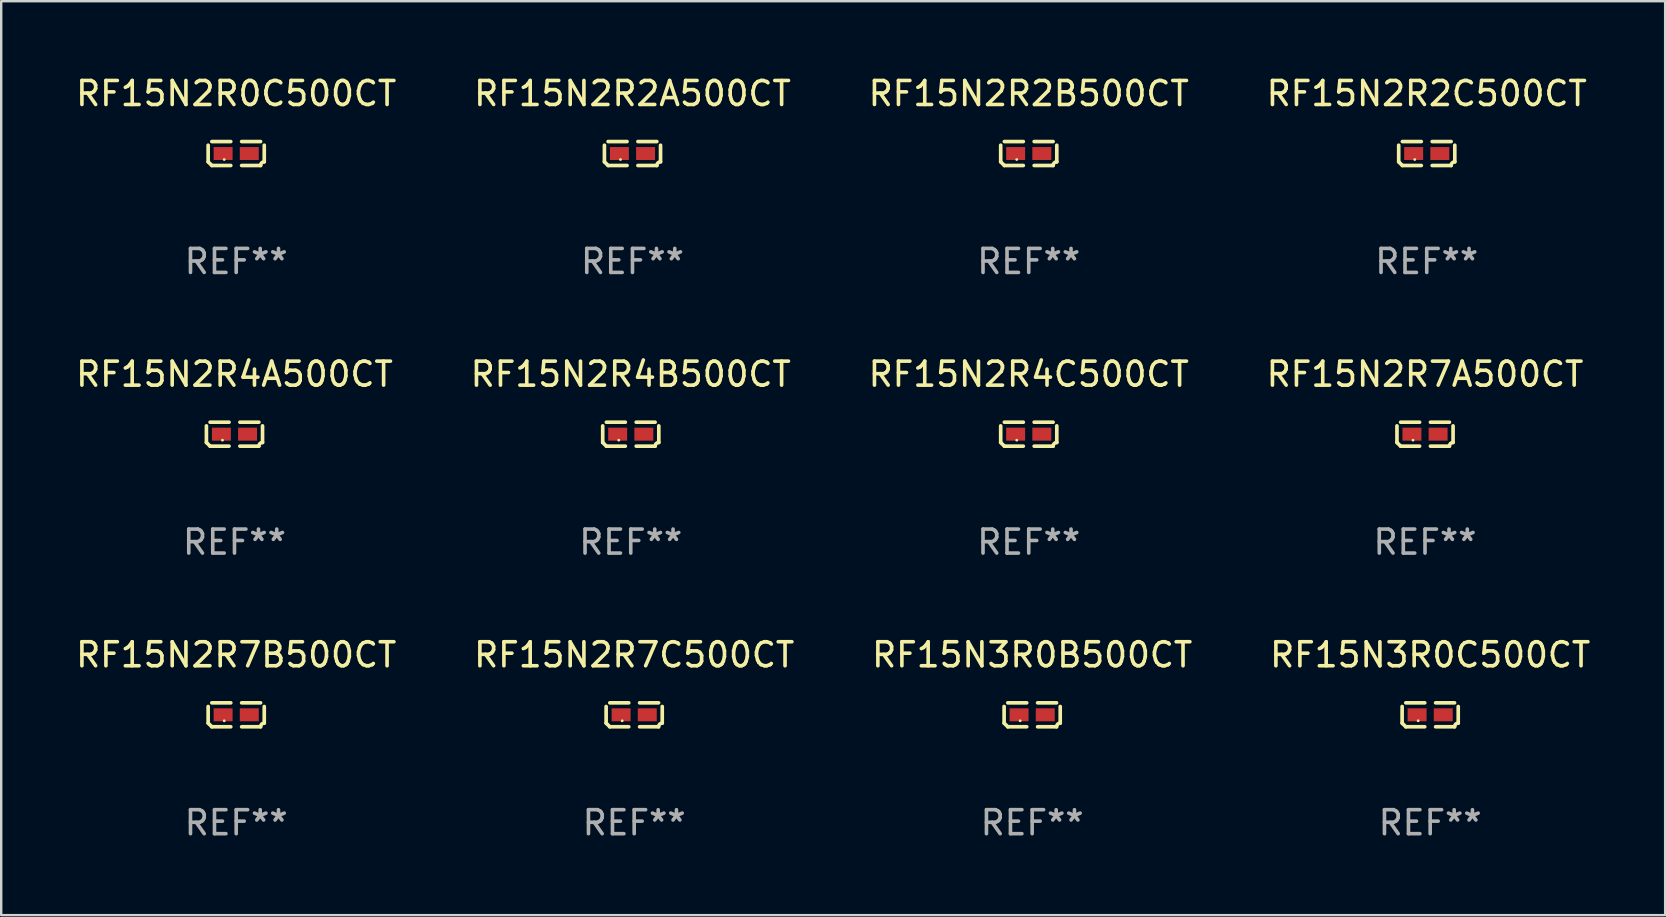
<source format=kicad_pcb>
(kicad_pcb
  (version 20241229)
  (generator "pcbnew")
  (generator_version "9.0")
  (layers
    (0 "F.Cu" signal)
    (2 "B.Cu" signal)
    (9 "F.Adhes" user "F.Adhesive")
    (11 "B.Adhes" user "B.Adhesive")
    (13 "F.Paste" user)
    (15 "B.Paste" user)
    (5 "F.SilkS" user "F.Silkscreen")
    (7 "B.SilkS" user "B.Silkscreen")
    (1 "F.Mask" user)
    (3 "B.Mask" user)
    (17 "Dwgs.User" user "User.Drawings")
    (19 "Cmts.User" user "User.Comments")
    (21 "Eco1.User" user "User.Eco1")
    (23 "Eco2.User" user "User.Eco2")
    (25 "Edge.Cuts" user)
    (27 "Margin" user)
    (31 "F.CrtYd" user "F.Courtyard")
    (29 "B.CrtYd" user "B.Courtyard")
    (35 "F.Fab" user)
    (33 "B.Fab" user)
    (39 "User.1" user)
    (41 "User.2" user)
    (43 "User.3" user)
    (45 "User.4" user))
  (footprint "RF15N2R0C500CT"
    (layer "F.Cu")
    (at 6.792 3.347)
    (property "Reference" "RF15N2R0C500CT" (at 0 -2.499 0) (layer "F.SilkS") (effects (font (size 1 1) (thickness 0.15))))
    (attr through_hole)
    (fp_line (start -1.169 0.346) (end -1.169 -0.346) (stroke (width 0.152) (type solid)) (layer "F.SilkS"))
    (fp_line (start -1.016 -0.499) (end -0.226 -0.499) (stroke (width 0.152) (type solid)) (layer "F.SilkS"))
    (fp_line (start -0.226 0.499) (end -1.016 0.499) (stroke (width 0.152) (type solid)) (layer "F.SilkS"))
    (fp_line (start 0.226 0.499) (end 1.016 0.499) (stroke (width 0.152) (type solid)) (layer "F.SilkS"))
    (fp_line (start 1.016 -0.499) (end 0.226 -0.499) (stroke (width 0.152) (type solid)) (layer "F.SilkS"))
    (fp_line (start 1.169 0.346) (end 1.169 -0.346) (stroke (width 0.152) (type solid)) (layer "F.SilkS"))
    (fp_arc (start -1.016307 0.498603) (mid -1.092512 0.422405) (end -1.16871 0.3462) (stroke (width 0.1524) (type solid)) (layer "F.SilkS"))
    (fp_arc (start 1.016307 0.498603) (mid 1.060899 0.390758) (end 1.168707 0.346076) (stroke (width 0.1524) (type solid)) (layer "F.SilkS"))
    (fp_circle (center -0.5 0.25) (end -0.47 0.25) (stroke (width 0.06) (type solid)) (fill no) (layer "F.SilkS"))
    (fp_text user "REF**" (at 0 4.499 0) (layer "F.Fab") (effects (font (size 1 1) (thickness 0.15))))
    (pad "1" smd rect (at -0.545 0) (size 0.79 0.54) (layers "F.Cu" "F.Mask" "F.Paste"))
    (pad "2" smd rect (at 0.545 0) (size 0.79 0.54) (layers "F.Cu" "F.Mask" "F.Paste")))
  (footprint "RF15N2R7A500CT"
    (layer "F.Cu")
    (at 56.327 15.041)
    (property "Reference" "RF15N2R7A500CT" (at 0 -2.499 0) (layer "F.SilkS") (effects (font (size 1 1) (thickness 0.15))))
    (attr through_hole)
    (fp_line (start -1.169 0.346) (end -1.169 -0.346) (stroke (width 0.152) (type solid)) (layer "F.SilkS"))
    (fp_line (start -1.016 -0.499) (end -0.226 -0.499) (stroke (width 0.152) (type solid)) (layer "F.SilkS"))
    (fp_line (start -0.226 0.499) (end -1.016 0.499) (stroke (width 0.152) (type solid)) (layer "F.SilkS"))
    (fp_line (start 0.226 0.499) (end 1.016 0.499) (stroke (width 0.152) (type solid)) (layer "F.SilkS"))
    (fp_line (start 1.016 -0.499) (end 0.226 -0.499) (stroke (width 0.152) (type solid)) (layer "F.SilkS"))
    (fp_line (start 1.169 0.346) (end 1.169 -0.346) (stroke (width 0.152) (type solid)) (layer "F.SilkS"))
    (fp_arc (start -1.016307 0.498603) (mid -1.092512 0.422405) (end -1.16871 0.3462) (stroke (width 0.1524) (type solid)) (layer "F.SilkS"))
    (fp_arc (start 1.016307 0.498603) (mid 1.060899 0.390758) (end 1.168707 0.346076) (stroke (width 0.1524) (type solid)) (layer "F.SilkS"))
    (fp_circle (center -0.5 0.25) (end -0.47 0.25) (stroke (width 0.06) (type solid)) (fill no) (layer "F.SilkS"))
    (fp_text user "REF**" (at 0 4.499 0) (layer "F.Fab") (effects (font (size 1 1) (thickness 0.15))))
    (pad "1" smd rect (at -0.545 0) (size 0.79 0.54) (layers "F.Cu" "F.Mask" "F.Paste"))
    (pad "2" smd rect (at 0.545 0) (size 0.79 0.54) (layers "F.Cu" "F.Mask" "F.Paste")))
  (footprint "RF15N2R7B500CT"
    (layer "F.Cu")
    (at 6.792 26.734)
    (property "Reference" "RF15N2R7B500CT" (at 0 -2.499 0) (layer "F.SilkS") (effects (font (size 1 1) (thickness 0.15))))
    (attr through_hole)
    (fp_line (start -1.169 0.346) (end -1.169 -0.346) (stroke (width 0.152) (type solid)) (layer "F.SilkS"))
    (fp_line (start -1.016 -0.499) (end -0.226 -0.499) (stroke (width 0.152) (type solid)) (layer "F.SilkS"))
    (fp_line (start -0.226 0.499) (end -1.016 0.499) (stroke (width 0.152) (type solid)) (layer "F.SilkS"))
    (fp_line (start 0.226 0.499) (end 1.016 0.499) (stroke (width 0.152) (type solid)) (layer "F.SilkS"))
    (fp_line (start 1.016 -0.499) (end 0.226 -0.499) (stroke (width 0.152) (type solid)) (layer "F.SilkS"))
    (fp_line (start 1.169 0.346) (end 1.169 -0.346) (stroke (width 0.152) (type solid)) (layer "F.SilkS"))
    (fp_arc (start -1.016307 0.498603) (mid -1.092512 0.422405) (end -1.16871 0.3462) (stroke (width 0.1524) (type solid)) (layer "F.SilkS"))
    (fp_arc (start 1.016307 0.498603) (mid 1.060899 0.390758) (end 1.168707 0.346076) (stroke (width 0.1524) (type solid)) (layer "F.SilkS"))
    (fp_circle (center -0.5 0.25) (end -0.47 0.25) (stroke (width 0.06) (type solid)) (fill no) (layer "F.SilkS"))
    (fp_text user "REF**" (at 0 4.499 0) (layer "F.Fab") (effects (font (size 1 1) (thickness 0.15))))
    (pad "1" smd rect (at -0.545 0) (size 0.79 0.54) (layers "F.Cu" "F.Mask" "F.Paste"))
    (pad "2" smd rect (at 0.545 0) (size 0.79 0.54) (layers "F.Cu" "F.Mask" "F.Paste")))
  (footprint "RF15N2R2A500CT"
    (layer "F.Cu")
    (at 23.304 3.347)
    (property "Reference" "RF15N2R2A500CT" (at 0 -2.499 0) (layer "F.SilkS") (effects (font (size 1 1) (thickness 0.15))))
    (attr through_hole)
    (fp_line (start -1.169 0.346) (end -1.169 -0.346) (stroke (width 0.152) (type solid)) (layer "F.SilkS"))
    (fp_line (start -1.016 -0.499) (end -0.226 -0.499) (stroke (width 0.152) (type solid)) (layer "F.SilkS"))
    (fp_line (start -0.226 0.499) (end -1.016 0.499) (stroke (width 0.152) (type solid)) (layer "F.SilkS"))
    (fp_line (start 0.226 0.499) (end 1.016 0.499) (stroke (width 0.152) (type solid)) (layer "F.SilkS"))
    (fp_line (start 1.016 -0.499) (end 0.226 -0.499) (stroke (width 0.152) (type solid)) (layer "F.SilkS"))
    (fp_line (start 1.169 0.346) (end 1.169 -0.346) (stroke (width 0.152) (type solid)) (layer "F.SilkS"))
    (fp_arc (start -1.016307 0.498603) (mid -1.092512 0.422405) (end -1.16871 0.3462) (stroke (width 0.1524) (type solid)) (layer "F.SilkS"))
    (fp_arc (start 1.016307 0.498603) (mid 1.060899 0.390758) (end 1.168707 0.346076) (stroke (width 0.1524) (type solid)) (layer "F.SilkS"))
    (fp_circle (center -0.5 0.25) (end -0.47 0.25) (stroke (width 0.06) (type solid)) (fill no) (layer "F.SilkS"))
    (fp_text user "REF**" (at 0 4.499 0) (layer "F.Fab") (effects (font (size 1 1) (thickness 0.15))))
    (pad "1" smd rect (at -0.545 0) (size 0.79 0.54) (layers "F.Cu" "F.Mask" "F.Paste"))
    (pad "2" smd rect (at 0.545 0) (size 0.79 0.54) (layers "F.Cu" "F.Mask" "F.Paste")))
  (footprint "RF15N2R7C500CT"
    (layer "F.Cu")
    (at 23.375 26.734)
    (property "Reference" "RF15N2R7C500CT" (at 0 -2.499 0) (layer "F.SilkS") (effects (font (size 1 1) (thickness 0.15))))
    (attr through_hole)
    (fp_line (start -1.169 0.346) (end -1.169 -0.346) (stroke (width 0.152) (type solid)) (layer "F.SilkS"))
    (fp_line (start -1.016 -0.499) (end -0.226 -0.499) (stroke (width 0.152) (type solid)) (layer "F.SilkS"))
    (fp_line (start -0.226 0.499) (end -1.016 0.499) (stroke (width 0.152) (type solid)) (layer "F.SilkS"))
    (fp_line (start 0.226 0.499) (end 1.016 0.499) (stroke (width 0.152) (type solid)) (layer "F.SilkS"))
    (fp_line (start 1.016 -0.499) (end 0.226 -0.499) (stroke (width 0.152) (type solid)) (layer "F.SilkS"))
    (fp_line (start 1.169 0.346) (end 1.169 -0.346) (stroke (width 0.152) (type solid)) (layer "F.SilkS"))
    (fp_arc (start -1.016307 0.498603) (mid -1.092512 0.422405) (end -1.16871 0.3462) (stroke (width 0.1524) (type solid)) (layer "F.SilkS"))
    (fp_arc (start 1.016307 0.498603) (mid 1.060899 0.390758) (end 1.168707 0.346076) (stroke (width 0.1524) (type solid)) (layer "F.SilkS"))
    (fp_circle (center -0.5 0.25) (end -0.47 0.25) (stroke (width 0.06) (type solid)) (fill no) (layer "F.SilkS"))
    (fp_text user "REF**" (at 0 4.499 0) (layer "F.Fab") (effects (font (size 1 1) (thickness 0.15))))
    (pad "1" smd rect (at -0.545 0) (size 0.79 0.54) (layers "F.Cu" "F.Mask" "F.Paste"))
    (pad "2" smd rect (at 0.545 0) (size 0.79 0.54) (layers "F.Cu" "F.Mask" "F.Paste")))
  (footprint "RF15N2R4A500CT"
    (layer "F.Cu")
    (at 6.72 15.041)
    (property "Reference" "RF15N2R4A500CT" (at 0 -2.499 0) (layer "F.SilkS") (effects (font (size 1 1) (thickness 0.15))))
    (attr through_hole)
    (fp_line (start -1.169 0.346) (end -1.169 -0.346) (stroke (width 0.152) (type solid)) (layer "F.SilkS"))
    (fp_line (start -1.016 -0.499) (end -0.226 -0.499) (stroke (width 0.152) (type solid)) (layer "F.SilkS"))
    (fp_line (start -0.226 0.499) (end -1.016 0.499) (stroke (width 0.152) (type solid)) (layer "F.SilkS"))
    (fp_line (start 0.226 0.499) (end 1.016 0.499) (stroke (width 0.152) (type solid)) (layer "F.SilkS"))
    (fp_line (start 1.016 -0.499) (end 0.226 -0.499) (stroke (width 0.152) (type solid)) (layer "F.SilkS"))
    (fp_line (start 1.169 0.346) (end 1.169 -0.346) (stroke (width 0.152) (type solid)) (layer "F.SilkS"))
    (fp_arc (start -1.016307 0.498603) (mid -1.092512 0.422405) (end -1.16871 0.3462) (stroke (width 0.1524) (type solid)) (layer "F.SilkS"))
    (fp_arc (start 1.016307 0.498603) (mid 1.060899 0.390758) (end 1.168707 0.346076) (stroke (width 0.1524) (type solid)) (layer "F.SilkS"))
    (fp_circle (center -0.5 0.25) (end -0.47 0.25) (stroke (width 0.06) (type solid)) (fill no) (layer "F.SilkS"))
    (fp_text user "REF**" (at 0 4.499 0) (layer "F.Fab") (effects (font (size 1 1) (thickness 0.15))))
    (pad "1" smd rect (at -0.545 0) (size 0.79 0.54) (layers "F.Cu" "F.Mask" "F.Paste"))
    (pad "2" smd rect (at 0.545 0) (size 0.79 0.54) (layers "F.Cu" "F.Mask" "F.Paste")))
  (footprint "RF15N2R2B500CT"
    (layer "F.Cu")
    (at 39.815 3.347)
    (property "Reference" "RF15N2R2B500CT" (at 0 -2.499 0) (layer "F.SilkS") (effects (font (size 1 1) (thickness 0.15))))
    (attr through_hole)
    (fp_line (start -1.169 0.346) (end -1.169 -0.346) (stroke (width 0.152) (type solid)) (layer "F.SilkS"))
    (fp_line (start -1.016 -0.499) (end -0.226 -0.499) (stroke (width 0.152) (type solid)) (layer "F.SilkS"))
    (fp_line (start -0.226 0.499) (end -1.016 0.499) (stroke (width 0.152) (type solid)) (layer "F.SilkS"))
    (fp_line (start 0.226 0.499) (end 1.016 0.499) (stroke (width 0.152) (type solid)) (layer "F.SilkS"))
    (fp_line (start 1.016 -0.499) (end 0.226 -0.499) (stroke (width 0.152) (type solid)) (layer "F.SilkS"))
    (fp_line (start 1.169 0.346) (end 1.169 -0.346) (stroke (width 0.152) (type solid)) (layer "F.SilkS"))
    (fp_arc (start -1.016307 0.498603) (mid -1.092512 0.422405) (end -1.16871 0.3462) (stroke (width 0.1524) (type solid)) (layer "F.SilkS"))
    (fp_arc (start 1.016307 0.498603) (mid 1.060899 0.390758) (end 1.168707 0.346076) (stroke (width 0.1524) (type solid)) (layer "F.SilkS"))
    (fp_circle (center -0.5 0.25) (end -0.47 0.25) (stroke (width 0.06) (type solid)) (fill no) (layer "F.SilkS"))
    (fp_text user "REF**" (at 0 4.499 0) (layer "F.Fab") (effects (font (size 1 1) (thickness 0.15))))
    (pad "1" smd rect (at -0.545 0) (size 0.79 0.54) (layers "F.Cu" "F.Mask" "F.Paste"))
    (pad "2" smd rect (at 0.545 0) (size 0.79 0.54) (layers "F.Cu" "F.Mask" "F.Paste")))
  (footprint "RF15N2R4B500CT"
    (layer "F.Cu")
    (at 23.232 15.041)
    (property "Reference" "RF15N2R4B500CT" (at 0 -2.499 0) (layer "F.SilkS") (effects (font (size 1 1) (thickness 0.15))))
    (attr through_hole)
    (fp_line (start -1.169 0.346) (end -1.169 -0.346) (stroke (width 0.152) (type solid)) (layer "F.SilkS"))
    (fp_line (start -1.016 -0.499) (end -0.226 -0.499) (stroke (width 0.152) (type solid)) (layer "F.SilkS"))
    (fp_line (start -0.226 0.499) (end -1.016 0.499) (stroke (width 0.152) (type solid)) (layer "F.SilkS"))
    (fp_line (start 0.226 0.499) (end 1.016 0.499) (stroke (width 0.152) (type solid)) (layer "F.SilkS"))
    (fp_line (start 1.016 -0.499) (end 0.226 -0.499) (stroke (width 0.152) (type solid)) (layer "F.SilkS"))
    (fp_line (start 1.169 0.346) (end 1.169 -0.346) (stroke (width 0.152) (type solid)) (layer "F.SilkS"))
    (fp_arc (start -1.016307 0.498603) (mid -1.092512 0.422405) (end -1.16871 0.3462) (stroke (width 0.1524) (type solid)) (layer "F.SilkS"))
    (fp_arc (start 1.016307 0.498603) (mid 1.060899 0.390758) (end 1.168707 0.346076) (stroke (width 0.1524) (type solid)) (layer "F.SilkS"))
    (fp_circle (center -0.5 0.25) (end -0.47 0.25) (stroke (width 0.06) (type solid)) (fill no) (layer "F.SilkS"))
    (fp_text user "REF**" (at 0 4.499 0) (layer "F.Fab") (effects (font (size 1 1) (thickness 0.15))))
    (pad "1" smd rect (at -0.545 0) (size 0.79 0.54) (layers "F.Cu" "F.Mask" "F.Paste"))
    (pad "2" smd rect (at 0.545 0) (size 0.79 0.54) (layers "F.Cu" "F.Mask" "F.Paste")))
  (footprint "RF15N3R0B500CT"
    (layer "F.Cu")
    (at 39.958 26.734)
    (property "Reference" "RF15N3R0B500CT" (at 0 -2.499 0) (layer "F.SilkS") (effects (font (size 1 1) (thickness 0.15))))
    (attr through_hole)
    (fp_line (start -1.169 0.346) (end -1.169 -0.346) (stroke (width 0.152) (type solid)) (layer "F.SilkS"))
    (fp_line (start -1.016 -0.499) (end -0.226 -0.499) (stroke (width 0.152) (type solid)) (layer "F.SilkS"))
    (fp_line (start -0.226 0.499) (end -1.016 0.499) (stroke (width 0.152) (type solid)) (layer "F.SilkS"))
    (fp_line (start 0.226 0.499) (end 1.016 0.499) (stroke (width 0.152) (type solid)) (layer "F.SilkS"))
    (fp_line (start 1.016 -0.499) (end 0.226 -0.499) (stroke (width 0.152) (type solid)) (layer "F.SilkS"))
    (fp_line (start 1.169 0.346) (end 1.169 -0.346) (stroke (width 0.152) (type solid)) (layer "F.SilkS"))
    (fp_arc (start -1.016307 0.498603) (mid -1.092512 0.422405) (end -1.16871 0.3462) (stroke (width 0.1524) (type solid)) (layer "F.SilkS"))
    (fp_arc (start 1.016307 0.498603) (mid 1.060899 0.390758) (end 1.168707 0.346076) (stroke (width 0.1524) (type solid)) (layer "F.SilkS"))
    (fp_circle (center -0.5 0.25) (end -0.47 0.25) (stroke (width 0.06) (type solid)) (fill no) (layer "F.SilkS"))
    (fp_text user "REF**" (at 0 4.499 0) (layer "F.Fab") (effects (font (size 1 1) (thickness 0.15))))
    (pad "1" smd rect (at -0.545 0) (size 0.79 0.54) (layers "F.Cu" "F.Mask" "F.Paste"))
    (pad "2" smd rect (at 0.545 0) (size 0.79 0.54) (layers "F.Cu" "F.Mask" "F.Paste")))
  (footprint "RF15N2R4C500CT"
    (layer "F.Cu")
    (at 39.815 15.041)
    (property "Reference" "RF15N2R4C500CT" (at 0 -2.499 0) (layer "F.SilkS") (effects (font (size 1 1) (thickness 0.15))))
    (attr through_hole)
    (fp_line (start -1.169 0.346) (end -1.169 -0.346) (stroke (width 0.152) (type solid)) (layer "F.SilkS"))
    (fp_line (start -1.016 -0.499) (end -0.226 -0.499) (stroke (width 0.152) (type solid)) (layer "F.SilkS"))
    (fp_line (start -0.226 0.499) (end -1.016 0.499) (stroke (width 0.152) (type solid)) (layer "F.SilkS"))
    (fp_line (start 0.226 0.499) (end 1.016 0.499) (stroke (width 0.152) (type solid)) (layer "F.SilkS"))
    (fp_line (start 1.016 -0.499) (end 0.226 -0.499) (stroke (width 0.152) (type solid)) (layer "F.SilkS"))
    (fp_line (start 1.169 0.346) (end 1.169 -0.346) (stroke (width 0.152) (type solid)) (layer "F.SilkS"))
    (fp_arc (start -1.016307 0.498603) (mid -1.092512 0.422405) (end -1.16871 0.3462) (stroke (width 0.1524) (type solid)) (layer "F.SilkS"))
    (fp_arc (start 1.016307 0.498603) (mid 1.060899 0.390758) (end 1.168707 0.346076) (stroke (width 0.1524) (type solid)) (layer "F.SilkS"))
    (fp_circle (center -0.5 0.25) (end -0.47 0.25) (stroke (width 0.06) (type solid)) (fill no) (layer "F.SilkS"))
    (fp_text user "REF**" (at 0 4.499 0) (layer "F.Fab") (effects (font (size 1 1) (thickness 0.15))))
    (pad "1" smd rect (at -0.545 0) (size 0.79 0.54) (layers "F.Cu" "F.Mask" "F.Paste"))
    (pad "2" smd rect (at 0.545 0) (size 0.79 0.54) (layers "F.Cu" "F.Mask" "F.Paste")))
  (footprint "RF15N3R0C500CT"
    (layer "F.Cu")
    (at 56.542 26.734)
    (property "Reference" "RF15N3R0C500CT" (at 0 -2.499 0) (layer "F.SilkS") (effects (font (size 1 1) (thickness 0.15))))
    (attr through_hole)
    (fp_line (start -1.169 0.346) (end -1.169 -0.346) (stroke (width 0.152) (type solid)) (layer "F.SilkS"))
    (fp_line (start -1.016 -0.499) (end -0.226 -0.499) (stroke (width 0.152) (type solid)) (layer "F.SilkS"))
    (fp_line (start -0.226 0.499) (end -1.016 0.499) (stroke (width 0.152) (type solid)) (layer "F.SilkS"))
    (fp_line (start 0.226 0.499) (end 1.016 0.499) (stroke (width 0.152) (type solid)) (layer "F.SilkS"))
    (fp_line (start 1.016 -0.499) (end 0.226 -0.499) (stroke (width 0.152) (type solid)) (layer "F.SilkS"))
    (fp_line (start 1.169 0.346) (end 1.169 -0.346) (stroke (width 0.152) (type solid)) (layer "F.SilkS"))
    (fp_arc (start -1.016307 0.498603) (mid -1.092512 0.422405) (end -1.16871 0.3462) (stroke (width 0.1524) (type solid)) (layer "F.SilkS"))
    (fp_arc (start 1.016307 0.498603) (mid 1.060899 0.390758) (end 1.168707 0.346076) (stroke (width 0.1524) (type solid)) (layer "F.SilkS"))
    (fp_circle (center -0.5 0.25) (end -0.47 0.25) (stroke (width 0.06) (type solid)) (fill no) (layer "F.SilkS"))
    (fp_text user "REF**" (at 0 4.499 0) (layer "F.Fab") (effects (font (size 1 1) (thickness 0.15))))
    (pad "1" smd rect (at -0.545 0) (size 0.79 0.54) (layers "F.Cu" "F.Mask" "F.Paste"))
    (pad "2" smd rect (at 0.545 0) (size 0.79 0.54) (layers "F.Cu" "F.Mask" "F.Paste")))
  (footprint "RF15N2R2C500CT"
    (layer "F.Cu")
    (at 56.399 3.347)
    (property "Reference" "RF15N2R2C500CT" (at 0 -2.499 0) (layer "F.SilkS") (effects (font (size 1 1) (thickness 0.15))))
    (attr through_hole)
    (fp_line (start -1.169 0.346) (end -1.169 -0.346) (stroke (width 0.152) (type solid)) (layer "F.SilkS"))
    (fp_line (start -1.016 -0.499) (end -0.226 -0.499) (stroke (width 0.152) (type solid)) (layer "F.SilkS"))
    (fp_line (start -0.226 0.499) (end -1.016 0.499) (stroke (width 0.152) (type solid)) (layer "F.SilkS"))
    (fp_line (start 0.226 0.499) (end 1.016 0.499) (stroke (width 0.152) (type solid)) (layer "F.SilkS"))
    (fp_line (start 1.016 -0.499) (end 0.226 -0.499) (stroke (width 0.152) (type solid)) (layer "F.SilkS"))
    (fp_line (start 1.169 0.346) (end 1.169 -0.346) (stroke (width 0.152) (type solid)) (layer "F.SilkS"))
    (fp_arc (start -1.016307 0.498603) (mid -1.092512 0.422405) (end -1.16871 0.3462) (stroke (width 0.1524) (type solid)) (layer "F.SilkS"))
    (fp_arc (start 1.016307 0.498603) (mid 1.060899 0.390758) (end 1.168707 0.346076) (stroke (width 0.1524) (type solid)) (layer "F.SilkS"))
    (fp_circle (center -0.5 0.25) (end -0.47 0.25) (stroke (width 0.06) (type solid)) (fill no) (layer "F.SilkS"))
    (fp_text user "REF**" (at 0 4.499 0) (layer "F.Fab") (effects (font (size 1 1) (thickness 0.15))))
    (pad "1" smd rect (at -0.545 0) (size 0.79 0.54) (layers "F.Cu" "F.Mask" "F.Paste"))
    (pad "2" smd rect (at 0.545 0) (size 0.79 0.54) (layers "F.Cu" "F.Mask" "F.Paste")))
  (gr_rect
    (start -3 -3)
    (end 66.333 35.081)
    (stroke (width 0.1) (type default))
    (fill no)
    (layer "Edge.Cuts")))
</source>
